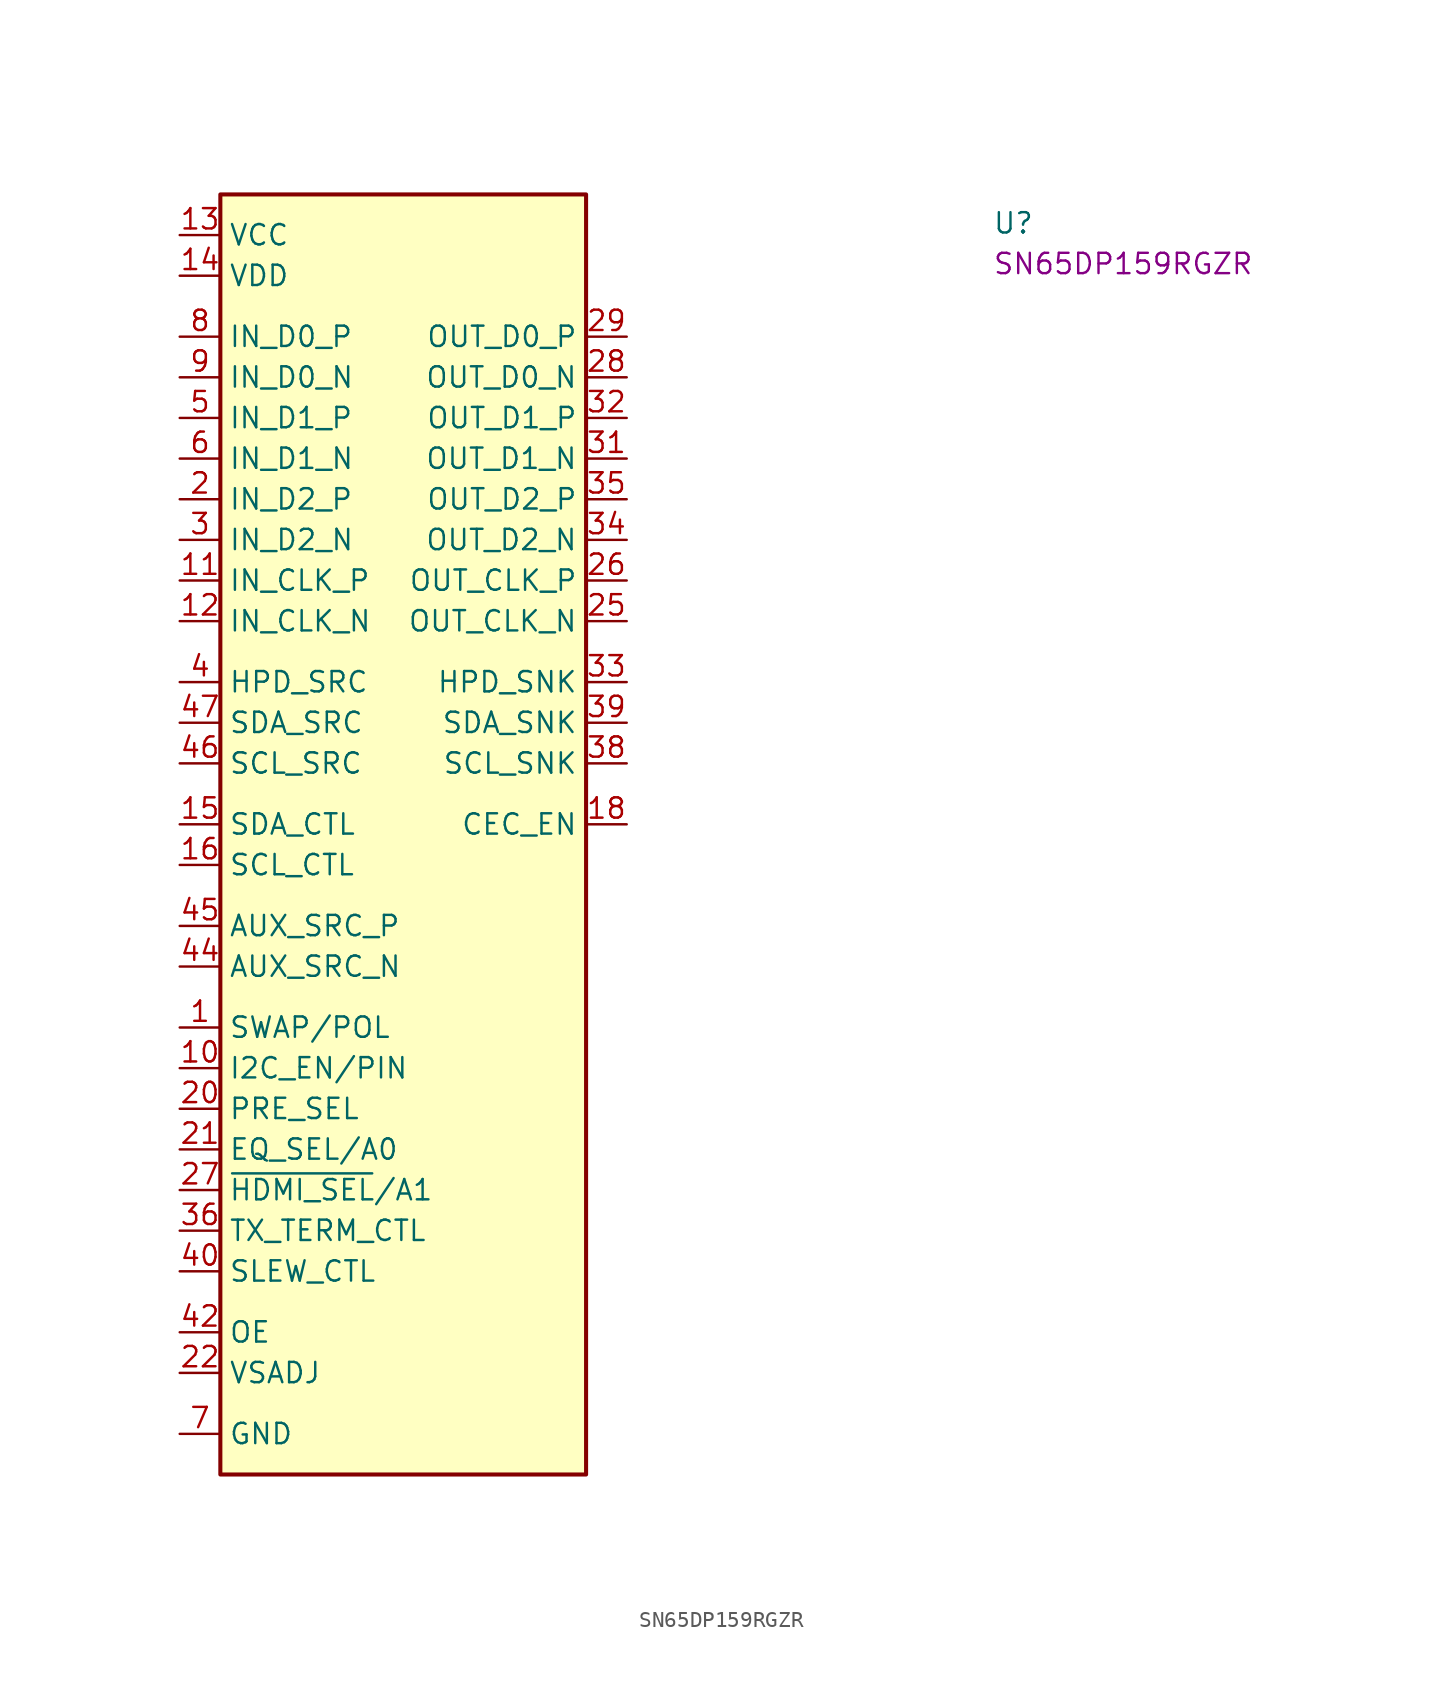
<source format=kicad_sym>
(kicad_symbol_lib
  (version 20220914)
  (generator kicad_symbol_editor)
  (symbol "SN65DP159RGZR"
    (property "Reference" "U"
      (at 50.8 0 0)
      (effects (font (size 1.27 1.27) (thickness 0.15)) (justify left bottom)))
    (property "MPN" "SN65DP159RGZR "
      (at 50.8 -2.54 0)
      (effects (font (size 1.27 1.27) (thickness 0.15)) (justify left bottom)))
    (symbol "SN65DP159RGZR_1_1"
      (rectangle (start 2.54 2.54) (end 25.4 -77.47) (stroke (width 0.254) (type default)) (fill (type background)))
      (pin input line (at 0 -49.53 0) (length 2.54) (name "SWAP/POL" (effects (font (size 1.27 1.27)))) (number "1" (effects (font (size 1.27 1.27)))))
      (pin input line (at 0 -52.07 0) (length 2.54) (name "I2C_EN/PIN" (effects (font (size 1.27 1.27)))) (number "10" (effects (font (size 1.27 1.27)))))
      (pin input line (at 0 -21.59 0) (length 2.54) (name "IN_CLK_P" (effects (font (size 1.27 1.27)))) (number "11" (effects (font (size 1.27 1.27)))))
      (pin input line (at 0 -24.13 0) (length 2.54) (name "IN_CLK_N" (effects (font (size 1.27 1.27)))) (number "12" (effects (font (size 1.27 1.27)))))
      (pin power_in line (at 0 0 0) (length 2.54) (name "VCC" (effects (font (size 1.27 1.27)))) (number "13" (effects (font (size 1.27 1.27)))))
      (pin power_in line (at 0 -2.54 0) (length 2.54) (name "VDD" (effects (font (size 1.27 1.27)))) (number "14" (effects (font (size 1.27 1.27)))))
      (pin bidirectional line (at 0 -36.83 0) (length 2.54) (name "SDA_CTL" (effects (font (size 1.27 1.27)))) (number "15" (effects (font (size 1.27 1.27)))))
      (pin bidirectional line (at 0 -39.37 0) (length 2.54) (name "SCL_CTL" (effects (font (size 1.27 1.27)))) (number "16" (effects (font (size 1.27 1.27)))))
      (pin no_connect line (at 25.4 -40.64 180) (length 2.54) hide (name "NC" (effects (font (size 1.27 1.27)))) (number "17" (effects (font (size 1.27 1.27)))))
      (pin output line (at 27.94 -36.83 180) (length 2.54) (name "CEC_EN" (effects (font (size 1.27 1.27)))) (number "18" (effects (font (size 1.27 1.27)))))
      (pin passive line (at 0 -74.93 0) (length 2.54) hide (name "GND" (effects (font (size 1.27 1.27)))) (number "19" (effects (font (size 1.27 1.27)))))
      (pin input line (at 0 -16.51 0) (length 2.54) (name "IN_D2_P" (effects (font (size 1.27 1.27)))) (number "2" (effects (font (size 1.27 1.27)))))
      (pin input line (at 0 -54.61 0) (length 2.54) (name "PRE_SEL" (effects (font (size 1.27 1.27)))) (number "20" (effects (font (size 1.27 1.27)))))
      (pin input line (at 0 -57.15 0) (length 2.54) (name "EQ_SEL/A0" (effects (font (size 1.27 1.27)))) (number "21" (effects (font (size 1.27 1.27)))))
      (pin input line (at 0 -71.12 0) (length 2.54) (name "VSADJ" (effects (font (size 1.27 1.27)))) (number "22" (effects (font (size 1.27 1.27)))))
      (pin passive line (at 0 -2.54 0) (length 2.54) hide (name "VDD" (effects (font (size 1.27 1.27)))) (number "23" (effects (font (size 1.27 1.27)))))
      (pin passive line (at 0 -2.54 0) (length 2.54) hide (name "VDD" (effects (font (size 1.27 1.27)))) (number "24" (effects (font (size 1.27 1.27)))))
      (pin output line (at 27.94 -24.13 180) (length 2.54) (name "OUT_CLK_N" (effects (font (size 1.27 1.27)))) (number "25" (effects (font (size 1.27 1.27)))))
      (pin output line (at 27.94 -21.59 180) (length 2.54) (name "OUT_CLK_P" (effects (font (size 1.27 1.27)))) (number "26" (effects (font (size 1.27 1.27)))))
      (pin input line (at 0 -59.69 0) (length 2.54) (name "~{HDMI_SEL}/A1" (effects (font (size 1.27 1.27)))) (number "27" (effects (font (size 1.27 1.27)))))
      (pin output line (at 27.94 -8.89 180) (length 2.54) (name "OUT_D0_N" (effects (font (size 1.27 1.27)))) (number "28" (effects (font (size 1.27 1.27)))))
      (pin output line (at 27.94 -6.35 180) (length 2.54) (name "OUT_D0_P" (effects (font (size 1.27 1.27)))) (number "29" (effects (font (size 1.27 1.27)))))
      (pin input line (at 0 -19.05 0) (length 2.54) (name "IN_D2_N" (effects (font (size 1.27 1.27)))) (number "3" (effects (font (size 1.27 1.27)))))
      (pin passive line (at 0 -74.93 0) (length 2.54) hide (name "GND" (effects (font (size 1.27 1.27)))) (number "30" (effects (font (size 1.27 1.27)))))
      (pin output line (at 27.94 -13.97 180) (length 2.54) (name "OUT_D1_N" (effects (font (size 1.27 1.27)))) (number "31" (effects (font (size 1.27 1.27)))))
      (pin output line (at 27.94 -11.43 180) (length 2.54) (name "OUT_D1_P" (effects (font (size 1.27 1.27)))) (number "32" (effects (font (size 1.27 1.27)))))
      (pin input line (at 27.94 -27.94 180) (length 2.54) (name "HPD_SNK" (effects (font (size 1.27 1.27)))) (number "33" (effects (font (size 1.27 1.27)))))
      (pin output line (at 27.94 -19.05 180) (length 2.54) (name "OUT_D2_N" (effects (font (size 1.27 1.27)))) (number "34" (effects (font (size 1.27 1.27)))))
      (pin output line (at 27.94 -16.51 180) (length 2.54) (name "OUT_D2_P" (effects (font (size 1.27 1.27)))) (number "35" (effects (font (size 1.27 1.27)))))
      (pin input line (at 0 -62.23 0) (length 2.54) (name "TX_TERM_CTL" (effects (font (size 1.27 1.27)))) (number "36" (effects (font (size 1.27 1.27)))))
      (pin passive line (at 0 -2.54 0) (length 2.54) hide (name "VDD" (effects (font (size 1.27 1.27)))) (number "37" (effects (font (size 1.27 1.27)))))
      (pin bidirectional line (at 27.94 -33.02 180) (length 2.54) (name "SCL_SNK" (effects (font (size 1.27 1.27)))) (number "38" (effects (font (size 1.27 1.27)))))
      (pin bidirectional line (at 27.94 -30.48 180) (length 2.54) (name "SDA_SNK" (effects (font (size 1.27 1.27)))) (number "39" (effects (font (size 1.27 1.27)))))
      (pin output line (at 0 -27.94 0) (length 2.54) (name "HPD_SRC" (effects (font (size 1.27 1.27)))) (number "4" (effects (font (size 1.27 1.27)))))
      (pin input line (at 0 -64.77 0) (length 2.54) (name "SLEW_CTL" (effects (font (size 1.27 1.27)))) (number "40" (effects (font (size 1.27 1.27)))))
      (pin passive line (at 0 -74.93 0) (length 2.54) hide (name "GND" (effects (font (size 1.27 1.27)))) (number "41" (effects (font (size 1.27 1.27)))))
      (pin input line (at 0 -68.58 0) (length 2.54) (name "OE" (effects (font (size 1.27 1.27)))) (number "42" (effects (font (size 1.27 1.27)))))
      (pin passive line (at 0 0 0) (length 2.54) hide (name "VCC" (effects (font (size 1.27 1.27)))) (number "43" (effects (font (size 1.27 1.27)))))
      (pin bidirectional line (at 0 -45.72 0) (length 2.54) (name "AUX_SRC_N" (effects (font (size 1.27 1.27)))) (number "44" (effects (font (size 1.27 1.27)))))
      (pin bidirectional line (at 0 -43.18 0) (length 2.54) (name "AUX_SRC_P" (effects (font (size 1.27 1.27)))) (number "45" (effects (font (size 1.27 1.27)))))
      (pin bidirectional line (at 0 -33.02 0) (length 2.54) (name "SCL_SRC" (effects (font (size 1.27 1.27)))) (number "46" (effects (font (size 1.27 1.27)))))
      (pin bidirectional line (at 0 -30.48 0) (length 2.54) (name "SDA_SRC" (effects (font (size 1.27 1.27)))) (number "47" (effects (font (size 1.27 1.27)))))
      (pin passive line (at 0 -2.54 0) (length 2.54) hide (name "VDD" (effects (font (size 1.27 1.27)))) (number "48" (effects (font (size 1.27 1.27)))))
      (pin passive line (at 0 -74.93 0) (length 2.54) hide (name "GND" (effects (font (size 1.27 1.27)))) (number "49" (effects (font (size 1.27 1.27)))))
      (pin input line (at 0 -11.43 0) (length 2.54) (name "IN_D1_P" (effects (font (size 1.27 1.27)))) (number "5" (effects (font (size 1.27 1.27)))))
      (pin input line (at 0 -13.97 0) (length 2.54) (name "IN_D1_N" (effects (font (size 1.27 1.27)))) (number "6" (effects (font (size 1.27 1.27)))))
      (pin power_in line (at 0 -74.93 0) (length 2.54) (name "GND" (effects (font (size 1.27 1.27)))) (number "7" (effects (font (size 1.27 1.27)))))
      (pin input line (at 0 -6.35 0) (length 2.54) (name "IN_D0_P" (effects (font (size 1.27 1.27)))) (number "8" (effects (font (size 1.27 1.27)))))
      (pin input line (at 0 -8.89 0) (length 2.54) (name "IN_D0_N" (effects (font (size 1.27 1.27)))) (number "9" (effects (font (size 1.27 1.27))))))))
</source>
